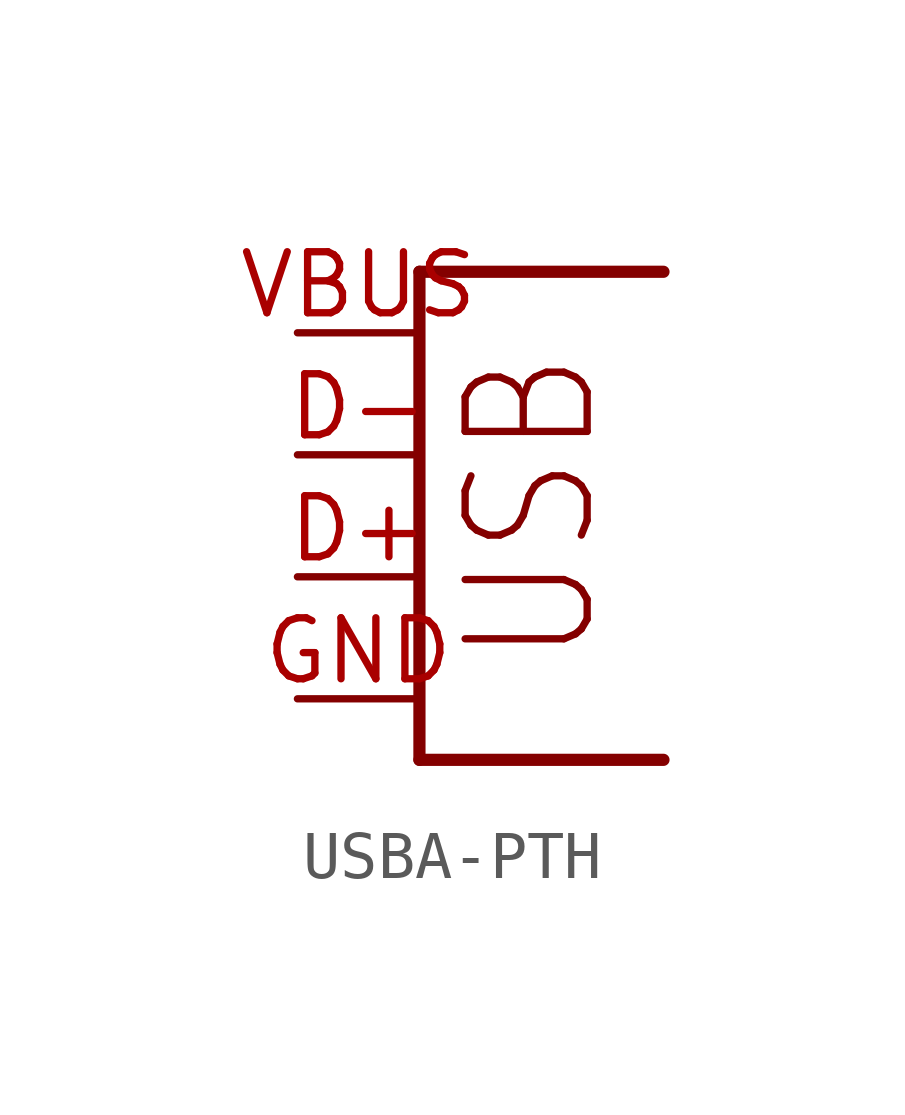
<source format=kicad_sym>
(kicad_symbol_lib
  (version 20220914)
  (generator kicad_symbol_editor)
  (symbol "USBA-PTH"
    (property "Reference" "USB"
      (at 0 0 0)
      (effects (font (size 1.27 1.27)) hide))
    (property "ki_locked" ""
      (at 0 0 0)
      (effects (font (size 1.27 1.27))))
    (symbol "USBA-PTH_1_0"
      (polyline (pts (xy -3.81 -5.08) (xy 1.27 -5.08)) (stroke (width 0.254) (type solid)) (fill (type none)))
      (polyline (pts (xy -3.81 5.08) (xy -3.81 -5.08)) (stroke (width 0.254) (type solid)) (fill (type none)))
      (polyline (pts (xy 1.27 5.08) (xy -3.81 5.08)) (stroke (width 0.254) (type solid)) (fill (type none)))
      (text "USB" (at 0 -3.175 900) (effects (font (size 2.54 2.159)) (justify left bottom)))
      (pin bidirectional line (at -6.35 -1.27 0) (length 2.54) (name "D+" (effects (font (size 0 0)))) (number "D+" (effects (font (size 1.27 1.27)))))
      (pin bidirectional line (at -6.35 1.27 0) (length 2.54) (name "D-" (effects (font (size 0 0)))) (number "D-" (effects (font (size 1.27 1.27)))))
      (pin bidirectional line (at -6.35 -3.81 0) (length 2.54) (name "GND" (effects (font (size 0 0)))) (number "GND" (effects (font (size 1.27 1.27)))))
      (pin bidirectional line (at -6.35 3.81 0) (length 2.54) (name "VBUS" (effects (font (size 0 0)))) (number "VBUS" (effects (font (size 1.27 1.27))))))))
</source>
